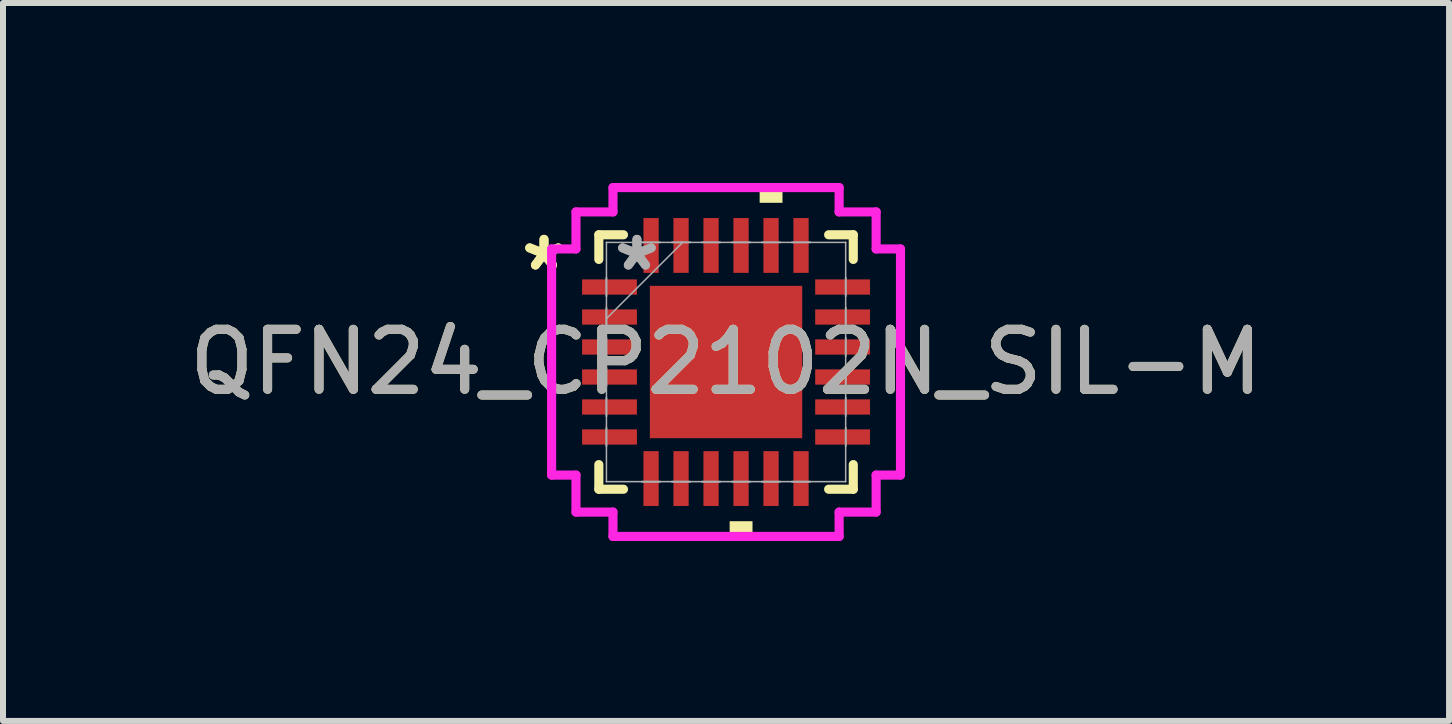
<source format=kicad_pcb>
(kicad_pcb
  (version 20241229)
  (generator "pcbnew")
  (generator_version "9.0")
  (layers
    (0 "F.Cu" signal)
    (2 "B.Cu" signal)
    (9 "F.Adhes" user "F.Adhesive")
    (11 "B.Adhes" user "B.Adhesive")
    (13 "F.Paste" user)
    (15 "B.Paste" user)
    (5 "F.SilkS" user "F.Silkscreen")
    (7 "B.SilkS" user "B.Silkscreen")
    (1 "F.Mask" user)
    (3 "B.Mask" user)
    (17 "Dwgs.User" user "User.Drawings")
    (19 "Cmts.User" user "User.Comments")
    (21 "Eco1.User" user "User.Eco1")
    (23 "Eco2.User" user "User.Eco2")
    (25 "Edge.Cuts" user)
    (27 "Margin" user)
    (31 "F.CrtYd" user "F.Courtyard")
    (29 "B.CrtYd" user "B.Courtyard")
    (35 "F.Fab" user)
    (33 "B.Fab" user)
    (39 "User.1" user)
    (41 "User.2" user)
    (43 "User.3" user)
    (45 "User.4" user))
  (footprint "QFN24_CP2102N_SIL-M"
    (layer "F.Cu")
    (at 9.054 2.985)
    (property "Reference" "QFN24_CP2102N_SIL-M" (at 0 0 0) (unlocked yes) (layer "F.SilkS") (effects (font (size 1 1) (thickness 0.15))))
    (attr smd)
    (fp_line (start -2.121 -2.121) (end -2.121 -1.71) (stroke (width 0.152) (type solid)) (layer "F.SilkS"))
    (fp_line (start -2.121 1.71) (end -2.121 2.121) (stroke (width 0.152) (type solid)) (layer "F.SilkS"))
    (fp_line (start -2.121 2.121) (end -1.71 2.121) (stroke (width 0.152) (type solid)) (layer "F.SilkS"))
    (fp_line (start -1.71 -2.121) (end -2.121 -2.121) (stroke (width 0.152) (type solid)) (layer "F.SilkS"))
    (fp_line (start 1.71 2.121) (end 2.121 2.121) (stroke (width 0.152) (type solid)) (layer "F.SilkS"))
    (fp_line (start 2.121 -2.121) (end 1.71 -2.121) (stroke (width 0.152) (type solid)) (layer "F.SilkS"))
    (fp_line (start 2.121 -1.71) (end 2.121 -2.121) (stroke (width 0.152) (type solid)) (layer "F.SilkS"))
    (fp_line (start 2.121 2.121) (end 2.121 1.71) (stroke (width 0.152) (type solid)) (layer "F.SilkS"))
    (fp_poly (pts (xy 0.06 2.654) (xy 0.06 2.908) (xy 0.441 2.908) (xy 0.441 2.654)) (stroke (width 0) (type solid)) (fill yes) (layer "F.SilkS"))
    (fp_poly (pts (xy 0.56 -2.654) (xy 0.56 -2.908) (xy 0.941 -2.908) (xy 0.941 -2.654)) (stroke (width 0) (type solid)) (fill yes) (layer "F.SilkS"))
    (fp_poly (pts (xy -1.17 -1.17) (xy -1.17 -0.1) (xy -0.1 -0.1) (xy -0.1 -1.17)) (stroke (width 0) (type solid)) (fill yes) (layer "F.Paste"))
    (fp_poly (pts (xy -1.17 0.1) (xy -1.17 1.17) (xy -0.1 1.17) (xy -0.1 0.1)) (stroke (width 0) (type solid)) (fill yes) (layer "F.Paste"))
    (fp_poly (pts (xy 0.1 -1.17) (xy 0.1 -0.1) (xy 1.17 -0.1) (xy 1.17 -1.17)) (stroke (width 0) (type solid)) (fill yes) (layer "F.Paste"))
    (fp_poly (pts (xy 0.1 0.1) (xy 0.1 1.17) (xy 1.17 1.17) (xy 1.17 0.1)) (stroke (width 0) (type solid)) (fill yes) (layer "F.Paste"))
    (fp_line (start -2.908 -1.885) (end -2.502 -1.885) (stroke (width 0.152) (type solid)) (layer "F.CrtYd"))
    (fp_line (start -2.908 1.885) (end -2.908 -1.885) (stroke (width 0.152) (type solid)) (layer "F.CrtYd"))
    (fp_line (start -2.502 -2.502) (end -1.885 -2.502) (stroke (width 0.152) (type solid)) (layer "F.CrtYd"))
    (fp_line (start -2.502 -1.885) (end -2.502 -2.502) (stroke (width 0.152) (type solid)) (layer "F.CrtYd"))
    (fp_line (start -2.502 1.885) (end -2.908 1.885) (stroke (width 0.152) (type solid)) (layer "F.CrtYd"))
    (fp_line (start -2.502 2.502) (end -2.502 1.885) (stroke (width 0.152) (type solid)) (layer "F.CrtYd"))
    (fp_line (start -1.885 -2.908) (end 1.885 -2.908) (stroke (width 0.152) (type solid)) (layer "F.CrtYd"))
    (fp_line (start -1.885 -2.502) (end -1.885 -2.908) (stroke (width 0.152) (type solid)) (layer "F.CrtYd"))
    (fp_line (start -1.885 2.502) (end -2.502 2.502) (stroke (width 0.152) (type solid)) (layer "F.CrtYd"))
    (fp_line (start -1.885 2.908) (end -1.885 2.502) (stroke (width 0.152) (type solid)) (layer "F.CrtYd"))
    (fp_line (start 1.885 -2.908) (end 1.885 -2.502) (stroke (width 0.152) (type solid)) (layer "F.CrtYd"))
    (fp_line (start 1.885 -2.502) (end 2.502 -2.502) (stroke (width 0.152) (type solid)) (layer "F.CrtYd"))
    (fp_line (start 1.885 2.502) (end 1.885 2.908) (stroke (width 0.152) (type solid)) (layer "F.CrtYd"))
    (fp_line (start 1.885 2.908) (end -1.885 2.908) (stroke (width 0.152) (type solid)) (layer "F.CrtYd"))
    (fp_line (start 2.502 -2.502) (end 2.502 -1.885) (stroke (width 0.152) (type solid)) (layer "F.CrtYd"))
    (fp_line (start 2.502 -1.885) (end 2.908 -1.885) (stroke (width 0.152) (type solid)) (layer "F.CrtYd"))
    (fp_line (start 2.502 1.885) (end 2.502 2.502) (stroke (width 0.152) (type solid)) (layer "F.CrtYd"))
    (fp_line (start 2.502 2.502) (end 1.885 2.502) (stroke (width 0.152) (type solid)) (layer "F.CrtYd"))
    (fp_line (start 2.908 -1.885) (end 2.908 1.885) (stroke (width 0.152) (type solid)) (layer "F.CrtYd"))
    (fp_line (start 2.908 1.885) (end 2.502 1.885) (stroke (width 0.152) (type solid)) (layer "F.CrtYd"))
    (fp_line (start -1.994 -1.994) (end -1.994 -1.994) (stroke (width 0.025) (type solid)) (layer "F.Fab"))
    (fp_line (start -1.994 -1.994) (end -1.994 1.994) (stroke (width 0.025) (type solid)) (layer "F.Fab"))
    (fp_line (start -1.994 -1.403) (end -1.994 -1.403) (stroke (width 0.025) (type solid)) (layer "F.Fab"))
    (fp_line (start -1.994 -1.403) (end -1.994 -1.098) (stroke (width 0.025) (type solid)) (layer "F.Fab"))
    (fp_line (start -1.994 -1.098) (end -1.994 -1.403) (stroke (width 0.025) (type solid)) (layer "F.Fab"))
    (fp_line (start -1.994 -1.098) (end -1.994 -1.098) (stroke (width 0.025) (type solid)) (layer "F.Fab"))
    (fp_line (start -1.994 -0.903) (end -1.994 -0.903) (stroke (width 0.025) (type solid)) (layer "F.Fab"))
    (fp_line (start -1.994 -0.903) (end -1.994 -0.598) (stroke (width 0.025) (type solid)) (layer "F.Fab"))
    (fp_line (start -1.994 -0.724) (end -0.724 -1.994) (stroke (width 0.025) (type solid)) (layer "F.Fab"))
    (fp_line (start -1.994 -0.598) (end -1.994 -0.903) (stroke (width 0.025) (type solid)) (layer "F.Fab"))
    (fp_line (start -1.994 -0.598) (end -1.994 -0.598) (stroke (width 0.025) (type solid)) (layer "F.Fab"))
    (fp_line (start -1.994 -0.402) (end -1.994 -0.402) (stroke (width 0.025) (type solid)) (layer "F.Fab"))
    (fp_line (start -1.994 -0.402) (end -1.994 -0.098) (stroke (width 0.025) (type solid)) (layer "F.Fab"))
    (fp_line (start -1.994 -0.098) (end -1.994 -0.402) (stroke (width 0.025) (type solid)) (layer "F.Fab"))
    (fp_line (start -1.994 -0.098) (end -1.994 -0.098) (stroke (width 0.025) (type solid)) (layer "F.Fab"))
    (fp_line (start -1.994 0.098) (end -1.994 0.098) (stroke (width 0.025) (type solid)) (layer "F.Fab"))
    (fp_line (start -1.994 0.098) (end -1.994 0.402) (stroke (width 0.025) (type solid)) (layer "F.Fab"))
    (fp_line (start -1.994 0.402) (end -1.994 0.098) (stroke (width 0.025) (type solid)) (layer "F.Fab"))
    (fp_line (start -1.994 0.402) (end -1.994 0.402) (stroke (width 0.025) (type solid)) (layer "F.Fab"))
    (fp_line (start -1.994 0.598) (end -1.994 0.598) (stroke (width 0.025) (type solid)) (layer "F.Fab"))
    (fp_line (start -1.994 0.598) (end -1.994 0.903) (stroke (width 0.025) (type solid)) (layer "F.Fab"))
    (fp_line (start -1.994 0.903) (end -1.994 0.598) (stroke (width 0.025) (type solid)) (layer "F.Fab"))
    (fp_line (start -1.994 0.903) (end -1.994 0.903) (stroke (width 0.025) (type solid)) (layer "F.Fab"))
    (fp_line (start -1.994 1.098) (end -1.994 1.098) (stroke (width 0.025) (type solid)) (layer "F.Fab"))
    (fp_line (start -1.994 1.098) (end -1.994 1.403) (stroke (width 0.025) (type solid)) (layer "F.Fab"))
    (fp_line (start -1.994 1.403) (end -1.994 1.098) (stroke (width 0.025) (type solid)) (layer "F.Fab"))
    (fp_line (start -1.994 1.403) (end -1.994 1.403) (stroke (width 0.025) (type solid)) (layer "F.Fab"))
    (fp_line (start -1.994 1.994) (end -1.994 1.994) (stroke (width 0.025) (type solid)) (layer "F.Fab"))
    (fp_line (start -1.994 1.994) (end 1.994 1.994) (stroke (width 0.025) (type solid)) (layer "F.Fab"))
    (fp_line (start -1.403 -1.994) (end -1.403 -1.994) (stroke (width 0.025) (type solid)) (layer "F.Fab"))
    (fp_line (start -1.403 -1.994) (end -1.098 -1.994) (stroke (width 0.025) (type solid)) (layer "F.Fab"))
    (fp_line (start -1.403 1.994) (end -1.403 1.994) (stroke (width 0.025) (type solid)) (layer "F.Fab"))
    (fp_line (start -1.403 1.994) (end -1.098 1.994) (stroke (width 0.025) (type solid)) (layer "F.Fab"))
    (fp_line (start -1.098 -1.994) (end -1.403 -1.994) (stroke (width 0.025) (type solid)) (layer "F.Fab"))
    (fp_line (start -1.098 -1.994) (end -1.098 -1.994) (stroke (width 0.025) (type solid)) (layer "F.Fab"))
    (fp_line (start -1.098 1.994) (end -1.403 1.994) (stroke (width 0.025) (type solid)) (layer "F.Fab"))
    (fp_line (start -1.098 1.994) (end -1.098 1.994) (stroke (width 0.025) (type solid)) (layer "F.Fab"))
    (fp_line (start -0.903 -1.994) (end -0.903 -1.994) (stroke (width 0.025) (type solid)) (layer "F.Fab"))
    (fp_line (start -0.903 -1.994) (end -0.598 -1.994) (stroke (width 0.025) (type solid)) (layer "F.Fab"))
    (fp_line (start -0.903 1.994) (end -0.903 1.994) (stroke (width 0.025) (type solid)) (layer "F.Fab"))
    (fp_line (start -0.903 1.994) (end -0.598 1.994) (stroke (width 0.025) (type solid)) (layer "F.Fab"))
    (fp_line (start -0.598 -1.994) (end -0.903 -1.994) (stroke (width 0.025) (type solid)) (layer "F.Fab"))
    (fp_line (start -0.598 -1.994) (end -0.598 -1.994) (stroke (width 0.025) (type solid)) (layer "F.Fab"))
    (fp_line (start -0.598 1.994) (end -0.903 1.994) (stroke (width 0.025) (type solid)) (layer "F.Fab"))
    (fp_line (start -0.598 1.994) (end -0.598 1.994) (stroke (width 0.025) (type solid)) (layer "F.Fab"))
    (fp_line (start -0.402 -1.994) (end -0.402 -1.994) (stroke (width 0.025) (type solid)) (layer "F.Fab"))
    (fp_line (start -0.402 -1.994) (end -0.098 -1.994) (stroke (width 0.025) (type solid)) (layer "F.Fab"))
    (fp_line (start -0.402 1.994) (end -0.402 1.994) (stroke (width 0.025) (type solid)) (layer "F.Fab"))
    (fp_line (start -0.402 1.994) (end -0.098 1.994) (stroke (width 0.025) (type solid)) (layer "F.Fab"))
    (fp_line (start -0.098 -1.994) (end -0.402 -1.994) (stroke (width 0.025) (type solid)) (layer "F.Fab"))
    (fp_line (start -0.098 -1.994) (end -0.098 -1.994) (stroke (width 0.025) (type solid)) (layer "F.Fab"))
    (fp_line (start -0.098 1.994) (end -0.402 1.994) (stroke (width 0.025) (type solid)) (layer "F.Fab"))
    (fp_line (start -0.098 1.994) (end -0.098 1.994) (stroke (width 0.025) (type solid)) (layer "F.Fab"))
    (fp_line (start 0.098 -1.994) (end 0.098 -1.994) (stroke (width 0.025) (type solid)) (layer "F.Fab"))
    (fp_line (start 0.098 -1.994) (end 0.402 -1.994) (stroke (width 0.025) (type solid)) (layer "F.Fab"))
    (fp_line (start 0.098 1.994) (end 0.098 1.994) (stroke (width 0.025) (type solid)) (layer "F.Fab"))
    (fp_line (start 0.098 1.994) (end 0.402 1.994) (stroke (width 0.025) (type solid)) (layer "F.Fab"))
    (fp_line (start 0.402 -1.994) (end 0.098 -1.994) (stroke (width 0.025) (type solid)) (layer "F.Fab"))
    (fp_line (start 0.402 -1.994) (end 0.402 -1.994) (stroke (width 0.025) (type solid)) (layer "F.Fab"))
    (fp_line (start 0.402 1.994) (end 0.098 1.994) (stroke (width 0.025) (type solid)) (layer "F.Fab"))
    (fp_line (start 0.402 1.994) (end 0.402 1.994) (stroke (width 0.025) (type solid)) (layer "F.Fab"))
    (fp_line (start 0.598 -1.994) (end 0.598 -1.994) (stroke (width 0.025) (type solid)) (layer "F.Fab"))
    (fp_line (start 0.598 -1.994) (end 0.903 -1.994) (stroke (width 0.025) (type solid)) (layer "F.Fab"))
    (fp_line (start 0.598 1.994) (end 0.598 1.994) (stroke (width 0.025) (type solid)) (layer "F.Fab"))
    (fp_line (start 0.598 1.994) (end 0.903 1.994) (stroke (width 0.025) (type solid)) (layer "F.Fab"))
    (fp_line (start 0.903 -1.994) (end 0.598 -1.994) (stroke (width 0.025) (type solid)) (layer "F.Fab"))
    (fp_line (start 0.903 -1.994) (end 0.903 -1.994) (stroke (width 0.025) (type solid)) (layer "F.Fab"))
    (fp_line (start 0.903 1.994) (end 0.598 1.994) (stroke (width 0.025) (type solid)) (layer "F.Fab"))
    (fp_line (start 0.903 1.994) (end 0.903 1.994) (stroke (width 0.025) (type solid)) (layer "F.Fab"))
    (fp_line (start 1.098 -1.994) (end 1.098 -1.994) (stroke (width 0.025) (type solid)) (layer "F.Fab"))
    (fp_line (start 1.098 -1.994) (end 1.403 -1.994) (stroke (width 0.025) (type solid)) (layer "F.Fab"))
    (fp_line (start 1.098 1.994) (end 1.098 1.994) (stroke (width 0.025) (type solid)) (layer "F.Fab"))
    (fp_line (start 1.098 1.994) (end 1.403 1.994) (stroke (width 0.025) (type solid)) (layer "F.Fab"))
    (fp_line (start 1.403 -1.994) (end 1.098 -1.994) (stroke (width 0.025) (type solid)) (layer "F.Fab"))
    (fp_line (start 1.403 -1.994) (end 1.403 -1.994) (stroke (width 0.025) (type solid)) (layer "F.Fab"))
    (fp_line (start 1.403 1.994) (end 1.098 1.994) (stroke (width 0.025) (type solid)) (layer "F.Fab"))
    (fp_line (start 1.403 1.994) (end 1.403 1.994) (stroke (width 0.025) (type solid)) (layer "F.Fab"))
    (fp_line (start 1.994 -1.994) (end -1.994 -1.994) (stroke (width 0.025) (type solid)) (layer "F.Fab"))
    (fp_line (start 1.994 -1.994) (end 1.994 -1.994) (stroke (width 0.025) (type solid)) (layer "F.Fab"))
    (fp_line (start 1.994 -1.403) (end 1.994 -1.403) (stroke (width 0.025) (type solid)) (layer "F.Fab"))
    (fp_line (start 1.994 -1.403) (end 1.994 -1.098) (stroke (width 0.025) (type solid)) (layer "F.Fab"))
    (fp_line (start 1.994 -1.098) (end 1.994 -1.403) (stroke (width 0.025) (type solid)) (layer "F.Fab"))
    (fp_line (start 1.994 -1.098) (end 1.994 -1.098) (stroke (width 0.025) (type solid)) (layer "F.Fab"))
    (fp_line (start 1.994 -0.903) (end 1.994 -0.903) (stroke (width 0.025) (type solid)) (layer "F.Fab"))
    (fp_line (start 1.994 -0.903) (end 1.994 -0.598) (stroke (width 0.025) (type solid)) (layer "F.Fab"))
    (fp_line (start 1.994 -0.598) (end 1.994 -0.903) (stroke (width 0.025) (type solid)) (layer "F.Fab"))
    (fp_line (start 1.994 -0.598) (end 1.994 -0.598) (stroke (width 0.025) (type solid)) (layer "F.Fab"))
    (fp_line (start 1.994 -0.402) (end 1.994 -0.402) (stroke (width 0.025) (type solid)) (layer "F.Fab"))
    (fp_line (start 1.994 -0.402) (end 1.994 -0.098) (stroke (width 0.025) (type solid)) (layer "F.Fab"))
    (fp_line (start 1.994 -0.098) (end 1.994 -0.402) (stroke (width 0.025) (type solid)) (layer "F.Fab"))
    (fp_line (start 1.994 -0.098) (end 1.994 -0.098) (stroke (width 0.025) (type solid)) (layer "F.Fab"))
    (fp_line (start 1.994 0.098) (end 1.994 0.098) (stroke (width 0.025) (type solid)) (layer "F.Fab"))
    (fp_line (start 1.994 0.098) (end 1.994 0.402) (stroke (width 0.025) (type solid)) (layer "F.Fab"))
    (fp_line (start 1.994 0.402) (end 1.994 0.098) (stroke (width 0.025) (type solid)) (layer "F.Fab"))
    (fp_line (start 1.994 0.402) (end 1.994 0.402) (stroke (width 0.025) (type solid)) (layer "F.Fab"))
    (fp_line (start 1.994 0.598) (end 1.994 0.598) (stroke (width 0.025) (type solid)) (layer "F.Fab"))
    (fp_line (start 1.994 0.598) (end 1.994 0.903) (stroke (width 0.025) (type solid)) (layer "F.Fab"))
    (fp_line (start 1.994 0.903) (end 1.994 0.598) (stroke (width 0.025) (type solid)) (layer "F.Fab"))
    (fp_line (start 1.994 0.903) (end 1.994 0.903) (stroke (width 0.025) (type solid)) (layer "F.Fab"))
    (fp_line (start 1.994 1.098) (end 1.994 1.098) (stroke (width 0.025) (type solid)) (layer "F.Fab"))
    (fp_line (start 1.994 1.098) (end 1.994 1.403) (stroke (width 0.025) (type solid)) (layer "F.Fab"))
    (fp_line (start 1.994 1.403) (end 1.994 1.098) (stroke (width 0.025) (type solid)) (layer "F.Fab"))
    (fp_line (start 1.994 1.403) (end 1.994 1.403) (stroke (width 0.025) (type solid)) (layer "F.Fab"))
    (fp_line (start 1.994 1.994) (end 1.994 -1.994) (stroke (width 0.025) (type solid)) (layer "F.Fab"))
    (fp_line (start 1.994 1.994) (end 1.994 1.994) (stroke (width 0.025) (type solid)) (layer "F.Fab"))
    (fp_text user "*" (at -3.035 -1.5 0) (unlocked yes) (layer "F.SilkS") (effects (font (size 1 1) (thickness 0.15))))
    (fp_text user "*" (at -3.035 -1.5 0) (layer "F.SilkS") (effects (font (size 1 1) (thickness 0.15))))
    (fp_text user "${REFERENCE}" (at 0 0 0) (unlocked yes) (layer "F.Fab") (effects (font (size 1 1) (thickness 0.15))))
    (fp_text user "*" (at -1.486 -1.5 0) (unlocked yes) (layer "F.Fab") (effects (font (size 1 1) (thickness 0.15))))
    (fp_text user "*" (at -1.486 -1.5 0) (layer "F.Fab") (effects (font (size 1 1) (thickness 0.15))))
    (pad "1" smd rect (at -1.943 -1.25 90) (size 0.254 0.914) (layers "F.Cu" "F.Mask" "F.Paste"))
    (pad "2" smd rect (at -1.943 -0.75 90) (size 0.254 0.914) (layers "F.Cu" "F.Mask" "F.Paste"))
    (pad "3" smd rect (at -1.943 -0.25 90) (size 0.254 0.914) (layers "F.Cu" "F.Mask" "F.Paste"))
    (pad "4" smd rect (at -1.943 0.25 90) (size 0.254 0.914) (layers "F.Cu" "F.Mask" "F.Paste"))
    (pad "5" smd rect (at -1.943 0.75 90) (size 0.254 0.914) (layers "F.Cu" "F.Mask" "F.Paste"))
    (pad "6" smd rect (at -1.943 1.25 90) (size 0.254 0.914) (layers "F.Cu" "F.Mask" "F.Paste"))
    (pad "7" smd rect (at -1.25 1.943) (size 0.254 0.914) (layers "F.Cu" "F.Mask" "F.Paste"))
    (pad "8" smd rect (at -0.75 1.943) (size 0.254 0.914) (layers "F.Cu" "F.Mask" "F.Paste"))
    (pad "9" smd rect (at -0.25 1.943) (size 0.254 0.914) (layers "F.Cu" "F.Mask" "F.Paste"))
    (pad "10" smd rect (at 0.25 1.943) (size 0.254 0.914) (layers "F.Cu" "F.Mask" "F.Paste"))
    (pad "11" smd rect (at 0.75 1.943) (size 0.254 0.914) (layers "F.Cu" "F.Mask" "F.Paste"))
    (pad "12" smd rect (at 1.25 1.943) (size 0.254 0.914) (layers "F.Cu" "F.Mask" "F.Paste"))
    (pad "13" smd rect (at 1.943 1.25 90) (size 0.254 0.914) (layers "F.Cu" "F.Mask" "F.Paste"))
    (pad "14" smd rect (at 1.943 0.75 90) (size 0.254 0.914) (layers "F.Cu" "F.Mask" "F.Paste"))
    (pad "15" smd rect (at 1.943 0.25 90) (size 0.254 0.914) (layers "F.Cu" "F.Mask" "F.Paste"))
    (pad "16" smd rect (at 1.943 -0.25 90) (size 0.254 0.914) (layers "F.Cu" "F.Mask" "F.Paste"))
    (pad "17" smd rect (at 1.943 -0.75 90) (size 0.254 0.914) (layers "F.Cu" "F.Mask" "F.Paste"))
    (pad "18" smd rect (at 1.943 -1.25 90) (size 0.254 0.914) (layers "F.Cu" "F.Mask" "F.Paste"))
    (pad "19" smd rect (at 1.25 -1.943) (size 0.254 0.914) (layers "F.Cu" "F.Mask" "F.Paste"))
    (pad "20" smd rect (at 0.75 -1.943) (size 0.254 0.914) (layers "F.Cu" "F.Mask" "F.Paste"))
    (pad "21" smd rect (at 0.25 -1.943) (size 0.254 0.914) (layers "F.Cu" "F.Mask" "F.Paste"))
    (pad "22" smd rect (at -0.25 -1.943) (size 0.254 0.914) (layers "F.Cu" "F.Mask" "F.Paste"))
    (pad "23" smd rect (at -0.75 -1.943) (size 0.254 0.914) (layers "F.Cu" "F.Mask" "F.Paste"))
    (pad "24" smd rect (at -1.25 -1.943) (size 0.254 0.914) (layers "F.Cu" "F.Mask" "F.Paste"))
    (pad "25" smd rect (at 0 0) (size 2.54 2.54) (layers "F.Cu" "F.Mask" "F.Paste")))
  (gr_rect
    (start -3 -3)
    (end 21.107 8.969)
    (stroke (width 0.1) (type default))
    (fill no)
    (layer "Edge.Cuts")))
</source>
